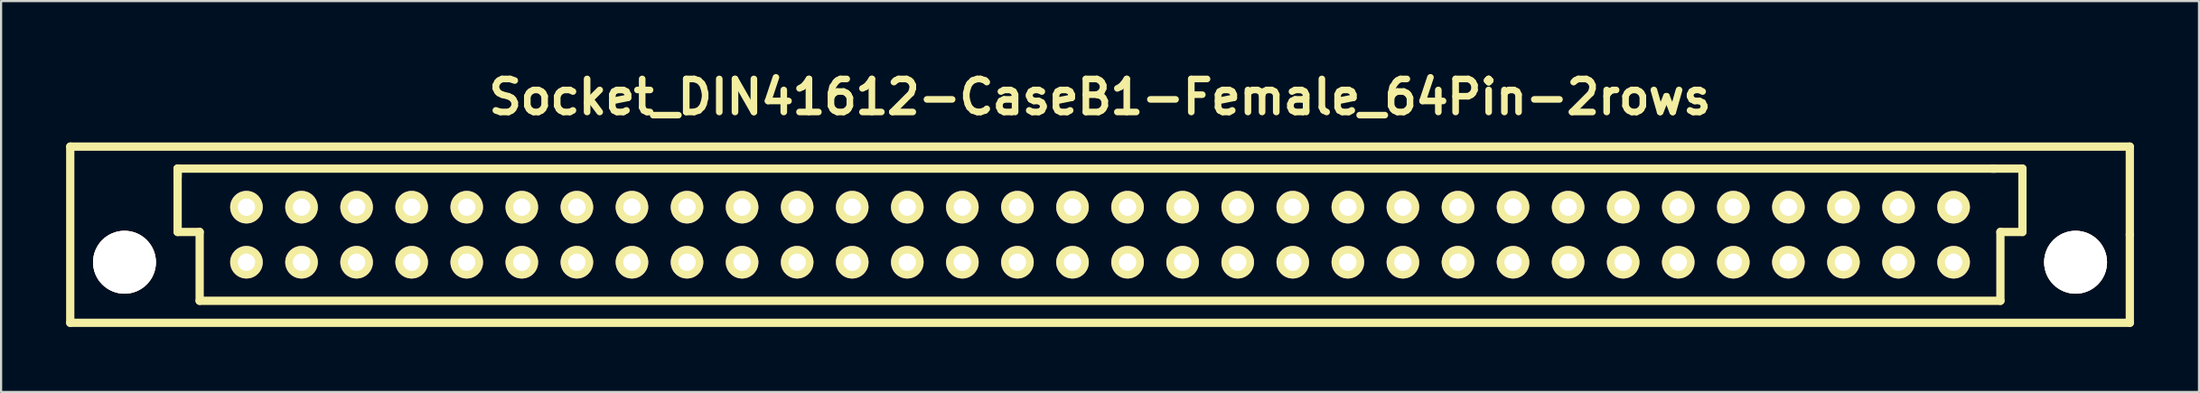
<source format=kicad_pcb>
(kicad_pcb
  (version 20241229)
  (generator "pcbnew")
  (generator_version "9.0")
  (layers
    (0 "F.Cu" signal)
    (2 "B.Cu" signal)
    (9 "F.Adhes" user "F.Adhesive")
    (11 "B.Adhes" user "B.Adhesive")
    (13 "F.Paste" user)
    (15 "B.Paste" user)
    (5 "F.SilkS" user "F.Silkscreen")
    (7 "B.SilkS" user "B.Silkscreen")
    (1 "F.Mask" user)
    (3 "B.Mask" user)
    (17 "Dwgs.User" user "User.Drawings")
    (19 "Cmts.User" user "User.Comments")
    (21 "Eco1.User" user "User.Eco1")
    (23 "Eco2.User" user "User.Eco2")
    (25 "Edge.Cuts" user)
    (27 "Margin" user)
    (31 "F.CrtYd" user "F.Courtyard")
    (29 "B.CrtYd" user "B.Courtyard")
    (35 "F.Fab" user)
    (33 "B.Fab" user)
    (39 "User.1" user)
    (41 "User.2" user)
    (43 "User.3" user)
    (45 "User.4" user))
  (footprint "Socket_DIN41612-CaseB1-Female_64Pin-2rows"
    (layer "F.Cu")
    (at 47.688 7.776)
    (property "Reference" "Socket_DIN41612-CaseB1-Female_64Pin-2rows" (at 0 -6.35 0) (layer "F.SilkS") (effects (font (size 1.524 1.524) (thickness 0.305))))
    (attr through_hole)
    (fp_line (start -47.498 -4.064) (end -47.498 4.064) (stroke (width 0.381) (type solid)) (layer "F.SilkS"))
    (fp_line (start -47.498 4.064) (end 47.498 4.064) (stroke (width 0.381) (type solid)) (layer "F.SilkS"))
    (fp_line (start -42.545 -3.048) (end -42.545 -2.667) (stroke (width 0.381) (type solid)) (layer "F.SilkS"))
    (fp_line (start -42.545 -0.127) (end -42.545 -3.048) (stroke (width 0.381) (type solid)) (layer "F.SilkS"))
    (fp_line (start -41.529 -0.127) (end -42.545 -0.127) (stroke (width 0.381) (type solid)) (layer "F.SilkS"))
    (fp_line (start -41.529 3.048) (end -41.529 -0.127) (stroke (width 0.381) (type solid)) (layer "F.SilkS"))
    (fp_line (start 41.275 -3.048) (end -42.545 -3.048) (stroke (width 0.381) (type solid)) (layer "F.SilkS"))
    (fp_line (start 41.529 -0.127) (end 42.545 -0.127) (stroke (width 0.381) (type solid)) (layer "F.SilkS"))
    (fp_line (start 41.529 3.048) (end -41.529 3.048) (stroke (width 0.381) (type solid)) (layer "F.SilkS"))
    (fp_line (start 41.529 3.048) (end 41.529 -0.127) (stroke (width 0.381) (type solid)) (layer "F.SilkS"))
    (fp_line (start 42.545 -3.048) (end 41.148 -3.048) (stroke (width 0.381) (type solid)) (layer "F.SilkS"))
    (fp_line (start 42.545 -0.127) (end 42.545 -3.048) (stroke (width 0.381) (type solid)) (layer "F.SilkS"))
    (fp_line (start 47.498 -4.064) (end -47.498 -4.064) (stroke (width 0.381) (type solid)) (layer "F.SilkS"))
    (fp_line (start 47.498 0) (end 47.498 -4.064) (stroke (width 0.381) (type solid)) (layer "F.SilkS"))
    (fp_line (start 47.498 4.064) (end 47.498 0) (stroke (width 0.381) (type solid)) (layer "F.SilkS"))
    (pad "1" thru_hole circle (at -44.996 1.27) (size 2.901 2.901) (drill 2.901) (layers "*.Cu" "*.Mask" "F.SilkS"))
    (pad "1" thru_hole circle (at 44.996 1.27) (size 2.901 2.901) (drill 2.901) (layers "*.Cu" "*.Mask" "F.SilkS"))
    (pad "1a" thru_hole circle (at 39.37 -1.27 180) (size 1.501 1.501) (drill 0.8) (layers "*.Cu" "*.Mask" "F.SilkS"))
    (pad "1b" thru_hole circle (at 39.37 1.27 180) (size 1.501 1.501) (drill 0.8) (layers "*.Cu" "*.Mask" "F.SilkS"))
    (pad "2a" thru_hole circle (at 36.83 -1.27 180) (size 1.501 1.501) (drill 0.8) (layers "*.Cu" "*.Mask" "F.SilkS"))
    (pad "2b" thru_hole circle (at 36.83 1.27 180) (size 1.501 1.501) (drill 0.8) (layers "*.Cu" "*.Mask" "F.SilkS"))
    (pad "3a" thru_hole circle (at 34.29 -1.27 180) (size 1.501 1.501) (drill 0.8) (layers "*.Cu" "*.Mask" "F.SilkS"))
    (pad "3b" thru_hole circle (at 34.29 1.27 180) (size 1.501 1.501) (drill 0.8) (layers "*.Cu" "*.Mask" "F.SilkS"))
    (pad "4a" thru_hole circle (at 31.75 -1.27 180) (size 1.501 1.501) (drill 0.8) (layers "*.Cu" "*.Mask" "F.SilkS"))
    (pad "4b" thru_hole circle (at 31.75 1.27 180) (size 1.501 1.501) (drill 0.8) (layers "*.Cu" "*.Mask" "F.SilkS"))
    (pad "5a" thru_hole circle (at 29.21 -1.27 180) (size 1.501 1.501) (drill 0.8) (layers "*.Cu" "*.Mask" "F.SilkS"))
    (pad "5b" thru_hole circle (at 29.21 1.27 180) (size 1.501 1.501) (drill 0.8) (layers "*.Cu" "*.Mask" "F.SilkS"))
    (pad "6a" thru_hole circle (at 26.67 -1.27 180) (size 1.501 1.501) (drill 0.8) (layers "*.Cu" "*.Mask" "F.SilkS"))
    (pad "6b" thru_hole circle (at 26.67 1.27 180) (size 1.501 1.501) (drill 0.8) (layers "*.Cu" "*.Mask" "F.SilkS"))
    (pad "7a" thru_hole circle (at 24.13 -1.27 180) (size 1.501 1.501) (drill 0.8) (layers "*.Cu" "*.Mask" "F.SilkS"))
    (pad "7b" thru_hole circle (at 24.13 1.27 180) (size 1.501 1.501) (drill 0.8) (layers "*.Cu" "*.Mask" "F.SilkS"))
    (pad "8a" thru_hole circle (at 21.59 -1.27 180) (size 1.501 1.501) (drill 0.8) (layers "*.Cu" "*.Mask" "F.SilkS"))
    (pad "8b" thru_hole circle (at 21.59 1.27 180) (size 1.501 1.501) (drill 0.8) (layers "*.Cu" "*.Mask" "F.SilkS"))
    (pad "9a" thru_hole circle (at 19.05 -1.27 180) (size 1.501 1.501) (drill 0.8) (layers "*.Cu" "*.Mask" "F.SilkS"))
    (pad "9b" thru_hole circle (at 19.05 1.27 180) (size 1.501 1.501) (drill 0.8) (layers "*.Cu" "*.Mask" "F.SilkS"))
    (pad "10a" thru_hole circle (at 16.51 -1.27 180) (size 1.501 1.501) (drill 0.8) (layers "*.Cu" "*.Mask" "F.SilkS"))
    (pad "10b" thru_hole circle (at 16.51 1.27 180) (size 1.501 1.501) (drill 0.8) (layers "*.Cu" "*.Mask" "F.SilkS"))
    (pad "11a" thru_hole circle (at 13.97 -1.27 180) (size 1.501 1.501) (drill 0.8) (layers "*.Cu" "*.Mask" "F.SilkS"))
    (pad "11b" thru_hole circle (at 13.97 1.27 180) (size 1.501 1.501) (drill 0.8) (layers "*.Cu" "*.Mask" "F.SilkS"))
    (pad "12a" thru_hole circle (at 11.43 -1.27 180) (size 1.501 1.501) (drill 0.8) (layers "*.Cu" "*.Mask" "F.SilkS"))
    (pad "12b" thru_hole circle (at 11.43 1.27 180) (size 1.501 1.501) (drill 0.8) (layers "*.Cu" "*.Mask" "F.SilkS"))
    (pad "13a" thru_hole circle (at 8.89 -1.27 180) (size 1.501 1.501) (drill 0.8) (layers "*.Cu" "*.Mask" "F.SilkS"))
    (pad "13b" thru_hole circle (at 8.89 1.27 180) (size 1.501 1.501) (drill 0.8) (layers "*.Cu" "*.Mask" "F.SilkS"))
    (pad "14a" thru_hole circle (at 6.35 -1.27 180) (size 1.501 1.501) (drill 0.8) (layers "*.Cu" "*.Mask" "F.SilkS"))
    (pad "14b" thru_hole circle (at 6.35 1.27 180) (size 1.501 1.501) (drill 0.8) (layers "*.Cu" "*.Mask" "F.SilkS"))
    (pad "15a" thru_hole circle (at 3.81 -1.27 180) (size 1.501 1.501) (drill 0.8) (layers "*.Cu" "*.Mask" "F.SilkS"))
    (pad "15b" thru_hole circle (at 3.81 1.27 180) (size 1.501 1.501) (drill 0.8) (layers "*.Cu" "*.Mask" "F.SilkS"))
    (pad "16a" thru_hole circle (at 1.27 -1.27 180) (size 1.501 1.501) (drill 0.8) (layers "*.Cu" "*.Mask" "F.SilkS"))
    (pad "16b" thru_hole circle (at 1.27 1.27 180) (size 1.501 1.501) (drill 0.8) (layers "*.Cu" "*.Mask" "F.SilkS"))
    (pad "17a" thru_hole circle (at -1.27 -1.27 180) (size 1.501 1.501) (drill 0.8) (layers "*.Cu" "*.Mask" "F.SilkS"))
    (pad "17b" thru_hole circle (at -1.27 1.27 180) (size 1.501 1.501) (drill 0.8) (layers "*.Cu" "*.Mask" "F.SilkS"))
    (pad "18a" thru_hole circle (at -3.81 -1.27 180) (size 1.501 1.501) (drill 0.8) (layers "*.Cu" "*.Mask" "F.SilkS"))
    (pad "18b" thru_hole circle (at -3.81 1.27 180) (size 1.501 1.501) (drill 0.8) (layers "*.Cu" "*.Mask" "F.SilkS"))
    (pad "19a" thru_hole circle (at -6.35 -1.27 180) (size 1.501 1.501) (drill 0.8) (layers "*.Cu" "*.Mask" "F.SilkS"))
    (pad "19b" thru_hole circle (at -6.35 1.27 180) (size 1.501 1.501) (drill 0.8) (layers "*.Cu" "*.Mask" "F.SilkS"))
    (pad "20a" thru_hole circle (at -8.89 -1.27 180) (size 1.501 1.501) (drill 0.8) (layers "*.Cu" "*.Mask" "F.SilkS"))
    (pad "20b" thru_hole circle (at -8.89 1.27 180) (size 1.501 1.501) (drill 0.8) (layers "*.Cu" "*.Mask" "F.SilkS"))
    (pad "21a" thru_hole circle (at -11.43 -1.27 180) (size 1.501 1.501) (drill 0.8) (layers "*.Cu" "*.Mask" "F.SilkS"))
    (pad "21b" thru_hole circle (at -11.43 1.27 180) (size 1.501 1.501) (drill 0.8) (layers "*.Cu" "*.Mask" "F.SilkS"))
    (pad "22a" thru_hole circle (at -13.97 -1.27 180) (size 1.501 1.501) (drill 0.8) (layers "*.Cu" "*.Mask" "F.SilkS"))
    (pad "22b" thru_hole circle (at -13.97 1.27 180) (size 1.501 1.501) (drill 0.8) (layers "*.Cu" "*.Mask" "F.SilkS"))
    (pad "23a" thru_hole circle (at -16.51 -1.27 180) (size 1.501 1.501) (drill 0.8) (layers "*.Cu" "*.Mask" "F.SilkS"))
    (pad "23b" thru_hole circle (at -16.51 1.27 180) (size 1.501 1.501) (drill 0.8) (layers "*.Cu" "*.Mask" "F.SilkS"))
    (pad "24" thru_hole circle (at -19.05 -1.27 180) (size 1.501 1.501) (drill 0.8) (layers "*.Cu" "*.Mask" "F.SilkS"))
    (pad "24b" thru_hole circle (at -19.05 1.27 180) (size 1.501 1.501) (drill 0.8) (layers "*.Cu" "*.Mask" "F.SilkS"))
    (pad "25a" thru_hole circle (at -21.59 -1.27 180) (size 1.501 1.501) (drill 0.8) (layers "*.Cu" "*.Mask" "F.SilkS"))
    (pad "25b" thru_hole circle (at -21.59 1.27 180) (size 1.501 1.501) (drill 0.8) (layers "*.Cu" "*.Mask" "F.SilkS"))
    (pad "26a" thru_hole circle (at -24.13 -1.27 180) (size 1.501 1.501) (drill 0.8) (layers "*.Cu" "*.Mask" "F.SilkS"))
    (pad "26b" thru_hole circle (at -24.13 1.27 180) (size 1.501 1.501) (drill 0.8) (layers "*.Cu" "*.Mask" "F.SilkS"))
    (pad "27a" thru_hole circle (at -26.67 -1.27 180) (size 1.501 1.501) (drill 0.8) (layers "*.Cu" "*.Mask" "F.SilkS"))
    (pad "27b" thru_hole circle (at -26.67 1.27 180) (size 1.501 1.501) (drill 0.8) (layers "*.Cu" "*.Mask" "F.SilkS"))
    (pad "28a" thru_hole circle (at -29.21 -1.27 180) (size 1.501 1.501) (drill 0.8) (layers "*.Cu" "*.Mask" "F.SilkS"))
    (pad "28b" thru_hole circle (at -29.21 1.27 180) (size 1.501 1.501) (drill 0.8) (layers "*.Cu" "*.Mask" "F.SilkS"))
    (pad "29a" thru_hole circle (at -31.75 -1.27 180) (size 1.501 1.501) (drill 0.8) (layers "*.Cu" "*.Mask" "F.SilkS"))
    (pad "29b" thru_hole circle (at -31.75 1.27 180) (size 1.501 1.501) (drill 0.8) (layers "*.Cu" "*.Mask" "F.SilkS"))
    (pad "30a" thru_hole circle (at -34.29 -1.27 180) (size 1.501 1.501) (drill 0.8) (layers "*.Cu" "*.Mask" "F.SilkS"))
    (pad "30b" thru_hole circle (at -34.29 1.27 180) (size 1.501 1.501) (drill 0.8) (layers "*.Cu" "*.Mask" "F.SilkS"))
    (pad "31a" thru_hole circle (at -36.83 -1.27 180) (size 1.501 1.501) (drill 0.8) (layers "*.Cu" "*.Mask" "F.SilkS"))
    (pad "31b" thru_hole circle (at -36.83 1.27 180) (size 1.501 1.501) (drill 0.8) (layers "*.Cu" "*.Mask" "F.SilkS"))
    (pad "32a" thru_hole circle (at -39.37 -1.27 180) (size 1.501 1.501) (drill 0.8) (layers "*.Cu" "*.Mask" "F.SilkS"))
    (pad "32b" thru_hole circle (at -39.37 1.27 180) (size 1.501 1.501) (drill 0.8) (layers "*.Cu" "*.Mask" "F.SilkS")))
  (gr_rect
    (start -3 -3)
    (end 98.377 15.031)
    (stroke (width 0.1) (type default))
    (fill no)
    (layer "Edge.Cuts")))
</source>
